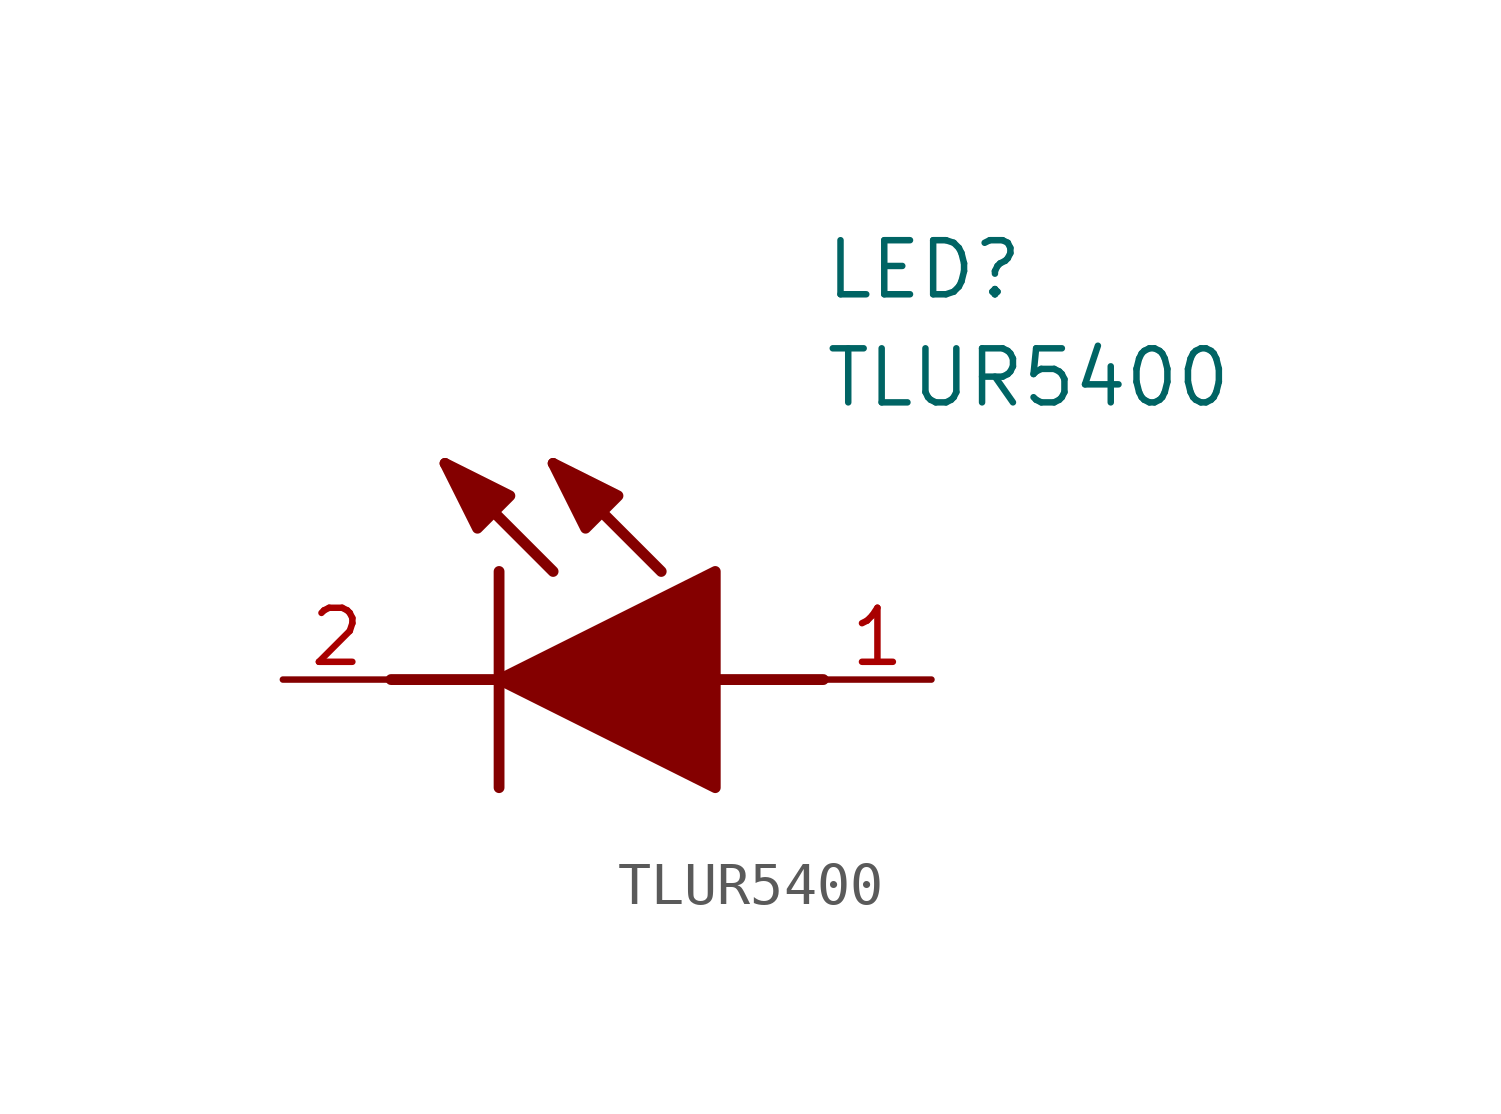
<source format=kicad_sym>
(kicad_symbol_lib
  (version 20211014)
  (generator SamacSys_ECAD_Model)
  (symbol "TLUR5400"
    (pin_names hide)
    (property "Reference" "LED"
      (at 12.7 8.89 0)
      (effects (font (size 1.27 1.27)) (justify left bottom)))
    (property "Value" "TLUR5400"
      (at 12.7 6.35 0)
      (effects (font (size 1.27 1.27)) (justify left bottom)))
    (polyline
      (pts (xy 5.08 2.54) (xy 5.08 -2.54))
      (stroke (width 0.254) (type default))
      (fill (type none)))
    (polyline
      (pts (xy 6.35 2.54) (xy 3.81 5.08))
      (stroke (width 0.254) (type default))
      (fill (type none)))
    (polyline
      (pts (xy 8.89 2.54) (xy 6.35 5.08))
      (stroke (width 0.254) (type default))
      (fill (type none)))
    (polyline
      (pts (xy 2.54 0) (xy 5.08 0))
      (stroke (width 0.254) (type default))
      (fill (type none)))
    (polyline
      (pts (xy 10.16 0) (xy 12.7 0))
      (stroke (width 0.254) (type default))
      (fill (type none)))
    (polyline
      (pts (xy 5.08 0) (xy 10.16 2.54) (xy 10.16 -2.54) (xy 5.08 0))
      (stroke (width 0.254) (type default))
      (fill (type outline)))
    (polyline
      (pts (xy 5.334 4.318) (xy 4.572 3.556) (xy 3.81 5.08) (xy 5.334 4.318))
      (stroke (width 0.254) (type default))
      (fill (type outline)))
    (polyline
      (pts (xy 7.874 4.318) (xy 7.112 3.556) (xy 6.35 5.08) (xy 7.874 4.318))
      (stroke (width 0.254) (type default))
      (fill (type outline)))
    (pin passive line
      (at 0 0 0)
      (length 2.54)
      (name "K" (effects (font (size 1.27 1.27))))
      (number "2" (effects (font (size 1.27 1.27)))))
    (pin passive line
      (at 15.24 0 180)
      (length 2.54)
      (name "A" (effects (font (size 1.27 1.27))))
      (number "1" (effects (font (size 1.27 1.27)))))))
</source>
